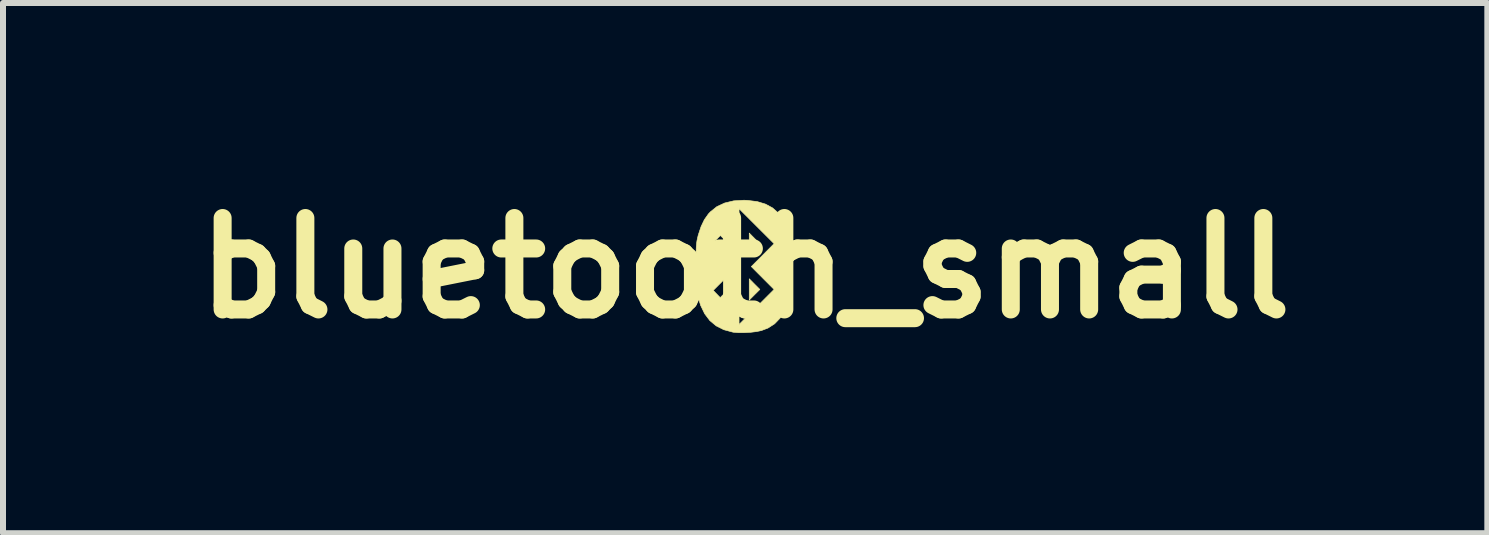
<source format=kicad_pcb>
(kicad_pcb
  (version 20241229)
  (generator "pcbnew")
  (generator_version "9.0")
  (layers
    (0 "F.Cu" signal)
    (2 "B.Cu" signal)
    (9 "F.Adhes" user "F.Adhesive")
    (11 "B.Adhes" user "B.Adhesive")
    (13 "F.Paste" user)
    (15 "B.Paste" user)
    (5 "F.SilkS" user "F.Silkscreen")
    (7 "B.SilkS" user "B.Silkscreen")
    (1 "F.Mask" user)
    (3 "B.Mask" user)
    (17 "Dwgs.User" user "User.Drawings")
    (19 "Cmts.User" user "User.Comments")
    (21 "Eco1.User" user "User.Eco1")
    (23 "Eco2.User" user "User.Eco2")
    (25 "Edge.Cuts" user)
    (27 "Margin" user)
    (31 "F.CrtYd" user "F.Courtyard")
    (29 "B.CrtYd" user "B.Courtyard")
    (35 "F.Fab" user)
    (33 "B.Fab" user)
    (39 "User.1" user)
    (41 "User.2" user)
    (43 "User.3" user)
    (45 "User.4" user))
  (footprint "bluetooth_small"
    (layer "F.Cu")
    (at 9.369 1.418)
    (property "Reference" "bluetooth_small" (at 0 0 0) (layer "F.SilkS") (effects (font (size 1.524 1.524) (thickness 0.3))))
    (attr through_hole)
    (fp_poly (pts (xy 0.156 -0.495) (xy 0.245 -0.406) (xy 0.156 -0.318) (xy 0.068 -0.229) (xy 0.068 -0.584) (xy 0.156 -0.495)) (stroke (width 0.01) (type solid)) (fill yes) (layer "F.SilkS"))
    (fp_poly (pts (xy 0.156 0.267) (xy 0.245 0.356) (xy 0.156 0.444) (xy 0.068 0.533) (xy 0.068 0.178) (xy 0.156 0.267)) (stroke (width 0.01) (type solid)) (fill yes) (layer "F.SilkS"))
    (fp_poly (pts (xy 0.042 -1.128) (xy 0.202 -1.108) (xy 0.34 -1.066) (xy 0.458 -1.002) (xy 0.557 -0.914) (xy 0.636 -0.803) (xy 0.698 -0.665) (xy 0.742 -0.501) (xy 0.769 -0.309) (xy 0.78 -0.089) (xy 0.781 -0.025) (xy 0.773 0.203) (xy 0.75 0.402) (xy 0.71 0.573) (xy 0.654 0.717) (xy 0.581 0.835) (xy 0.49 0.929) (xy 0.381 0.999) (xy 0.271 1.041) (xy 0.191 1.058) (xy 0.092 1.07) (xy -0.015 1.076) (xy -0.116 1.076) (xy -0.199 1.069) (xy -0.207 1.067) (xy -0.356 1.027) (xy -0.483 0.963) (xy -0.589 0.875) (xy -0.675 0.761) (xy -0.743 0.62) (xy -0.791 0.459) (xy -0.802 0.407) (xy -0.81 0.35) (xy -0.815 0.283) (xy -0.818 0.2) (xy -0.82 0.095) (xy -0.82 -0.037) (xy -0.82 -0.042) (xy -0.819 -0.169) (xy -0.818 -0.268) (xy -0.817 -0.279) (xy -0.457 -0.279) (xy -0.449 -0.271) (xy -0.44 -0.279) (xy -0.449 -0.288) (xy -0.457 -0.279) (xy -0.817 -0.279) (xy -0.815 -0.345) (xy -0.81 -0.406) (xy -0.808 -0.423) (xy -0.533 -0.423) (xy -0.334 -0.224) (xy -0.136 -0.026) (xy -0.334 0.173) (xy -0.532 0.372) (xy -0.474 0.432) (xy -0.416 0.492) (xy -0.259 0.335) (xy -0.102 0.178) (xy -0.102 0.94) (xy 0.19 0.648) (xy 0.482 0.356) (xy 0.102 -0.025) (xy 0.292 -0.216) (xy 0.482 -0.407) (xy -0.102 -0.99) (xy -0.102 -0.61) (xy -0.102 -0.229) (xy -0.257 -0.386) (xy -0.413 -0.543) (xy -0.473 -0.483) (xy -0.533 -0.423) (xy -0.808 -0.423) (xy -0.803 -0.458) (xy -0.793 -0.505) (xy -0.782 -0.55) (xy -0.735 -0.692) (xy -0.68 -0.807) (xy -0.613 -0.902) (xy -0.58 -0.937) (xy -0.472 -1.024) (xy -0.341 -1.085) (xy -0.19 -1.121) (xy -0.019 -1.131) (xy 0.042 -1.128)) (stroke (width 0.01) (type solid)) (fill yes) (layer "F.SilkS")))
  (gr_rect
    (start -3 -3)
    (end 21.738 5.836)
    (stroke (width 0.1) (type default))
    (fill no)
    (layer "Edge.Cuts")))
</source>
